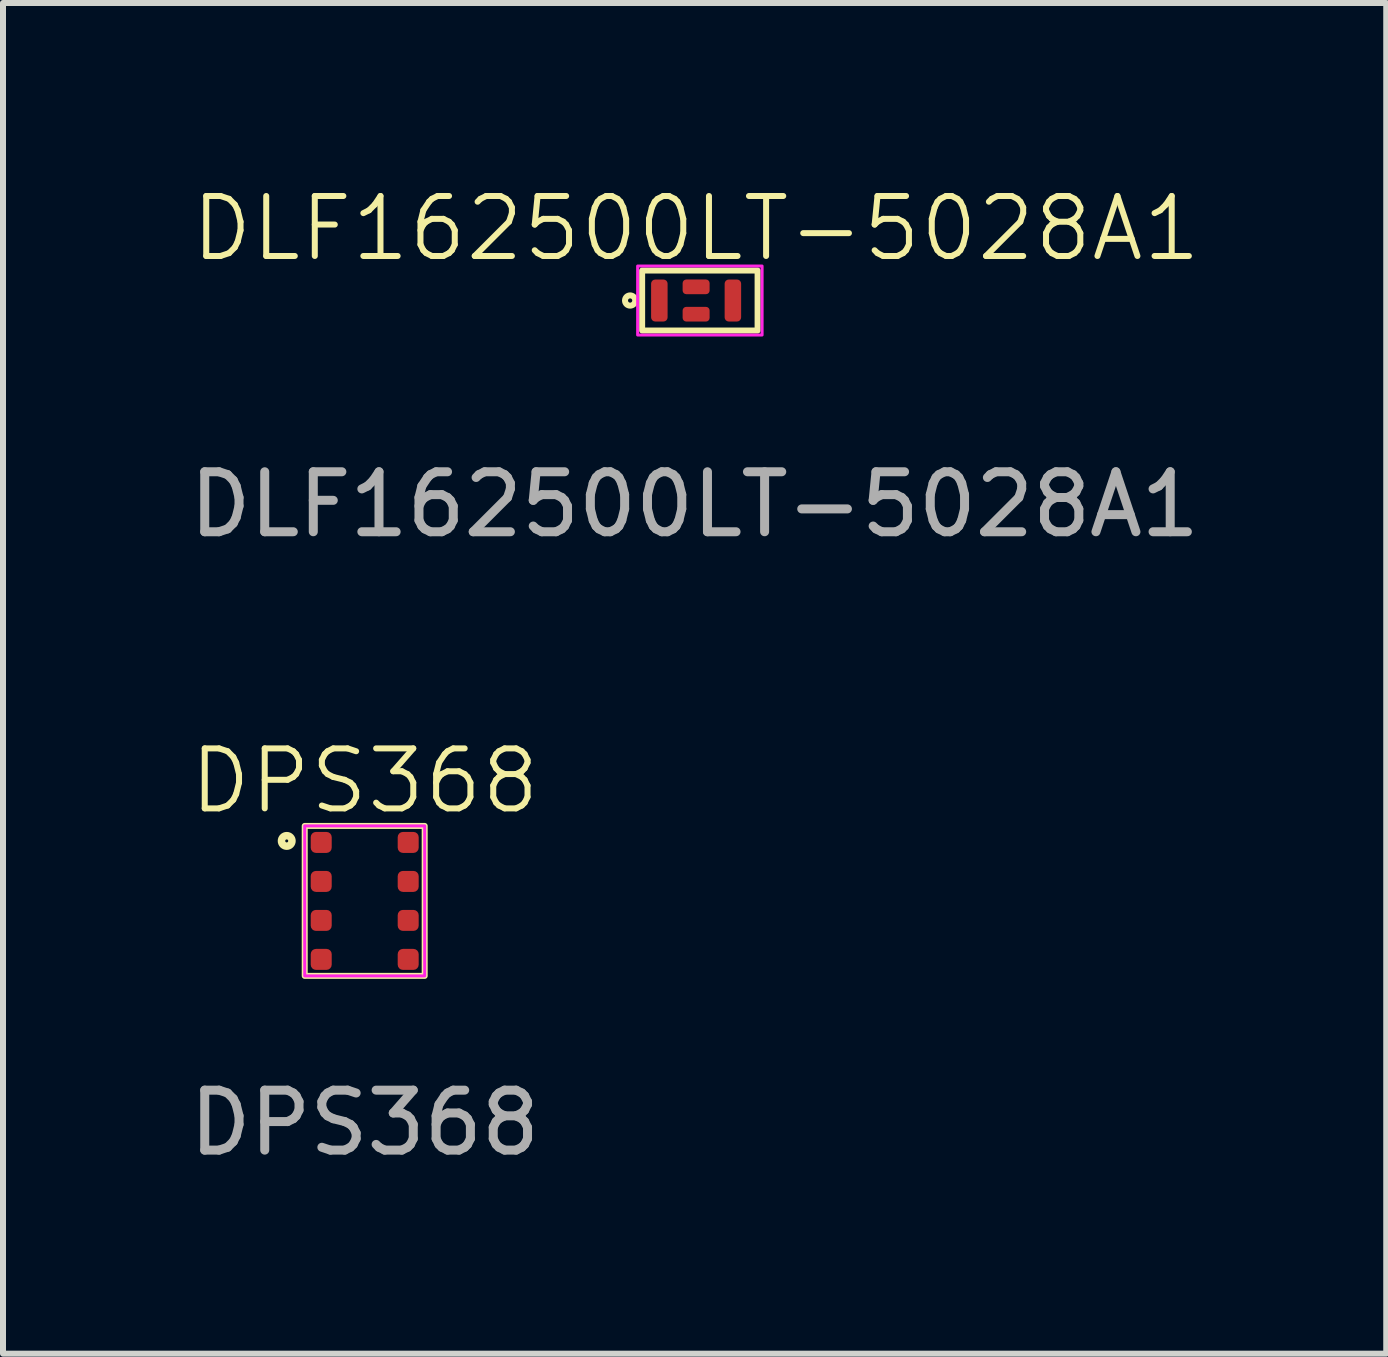
<source format=kicad_pcb>
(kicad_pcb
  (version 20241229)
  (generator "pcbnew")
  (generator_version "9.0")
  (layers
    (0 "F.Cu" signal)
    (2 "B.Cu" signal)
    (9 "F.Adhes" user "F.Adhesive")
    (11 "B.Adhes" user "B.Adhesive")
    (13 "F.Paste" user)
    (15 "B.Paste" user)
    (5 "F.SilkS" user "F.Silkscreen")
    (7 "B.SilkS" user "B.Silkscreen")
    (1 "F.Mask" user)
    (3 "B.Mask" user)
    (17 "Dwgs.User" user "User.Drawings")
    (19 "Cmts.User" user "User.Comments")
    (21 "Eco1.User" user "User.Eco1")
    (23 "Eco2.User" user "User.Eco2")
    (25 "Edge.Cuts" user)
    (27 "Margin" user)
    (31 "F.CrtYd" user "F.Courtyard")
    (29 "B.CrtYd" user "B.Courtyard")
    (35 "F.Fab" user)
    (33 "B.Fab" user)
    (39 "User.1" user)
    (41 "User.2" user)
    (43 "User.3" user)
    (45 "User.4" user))
  (footprint "DLF162500LT-5028A1"
    (layer "F.Cu")
    (at 8.555 1.96)
    (property "Reference" "DLF162500LT-5028A1" (at 0 -1.2 0) (unlocked yes) (layer "F.SilkS") (effects (font (size 1 1) (thickness 0.1))))
    (attr smd)
    (fp_rect (start -0.9 -0.5) (end 1.025 0.5) (stroke (width 0.1) (type default)) (fill no) (layer "F.SilkS"))
    (fp_circle (center -1.1 0) (end -1.075 0.025) (stroke (width 0.1) (type default)) (fill no) (layer "F.SilkS"))
    (fp_rect (start -0.975 -0.575) (end 1.1 0.575) (stroke (width 0.05) (type default)) (fill no) (layer "F.CrtYd"))
    (fp_text user "${REFERENCE}" (at -0.025 3.4 0) (unlocked yes) (layer "F.Fab") (effects (font (size 1 1) (thickness 0.15))))
    (pad "1" smd roundrect (at -0.613 0) (size 0.275 0.7) (layers "F.Cu" "F.Mask" "F.Paste") (roundrect_rratio 0.25))
    (pad "2" smd roundrect (at 0 -0.228 180) (size 0.45 0.245) (layers "F.Cu" "F.Mask" "F.Paste") (roundrect_rratio 0.25))
    (pad "3" smd roundrect (at 0.613 0) (size 0.275 0.7) (layers "F.Cu" "F.Mask" "F.Paste") (roundrect_rratio 0.25))
    (pad "4" smd roundrect (at 0 0.228 180) (size 0.45 0.245) (layers "F.Cu" "F.Mask" "F.Paste") (roundrect_rratio 0.25)))
  (footprint "DPS368"
    (layer "F.Cu")
    (at 3.03 11.969)
    (property "Reference" "DPS368" (at 0 -2 0) (unlocked yes) (layer "F.SilkS") (effects (font (size 1 1) (thickness 0.1))))
    (attr smd)
    (fp_rect (start -1 -1.25) (end 1 1.25) (stroke (width 0.1) (type default)) (fill no) (layer "F.SilkS"))
    (fp_circle (center -1.3 -1) (end -1.275 -1) (stroke (width 0.1) (type default)) (fill no) (layer "F.SilkS"))
    (fp_circle (center -1.3 -1) (end -1.2 -1) (stroke (width 0.1) (type default)) (fill no) (layer "F.SilkS"))
    (fp_rect (start -1 -1.25) (end 1 1.25) (stroke (width 0.05) (type default)) (fill no) (layer "F.CrtYd"))
    (fp_text user "${REFERENCE}" (at 0 3.7 0) (unlocked yes) (layer "F.Fab") (effects (font (size 1 1) (thickness 0.15))))
    (pad "1" smd roundrect (at -0.725 -0.975) (size 0.35 0.35) (layers "F.Cu" "F.Mask" "F.Paste") (roundrect_rratio 0.25))
    (pad "2" smd roundrect (at -0.725 -0.325) (size 0.35 0.35) (layers "F.Cu" "F.Mask" "F.Paste") (roundrect_rratio 0.25))
    (pad "3" smd roundrect (at -0.725 0.325) (size 0.35 0.35) (layers "F.Cu" "F.Mask" "F.Paste") (roundrect_rratio 0.25))
    (pad "4" smd roundrect (at -0.725 0.975) (size 0.35 0.35) (layers "F.Cu" "F.Mask" "F.Paste") (roundrect_rratio 0.25))
    (pad "5" smd roundrect (at 0.725 0.975) (size 0.35 0.35) (layers "F.Cu" "F.Mask" "F.Paste") (roundrect_rratio 0.25))
    (pad "6" smd roundrect (at 0.725 0.325) (size 0.35 0.35) (layers "F.Cu" "F.Mask" "F.Paste") (roundrect_rratio 0.25))
    (pad "7" smd roundrect (at 0.725 -0.325) (size 0.35 0.35) (layers "F.Cu" "F.Mask" "F.Paste") (roundrect_rratio 0.25))
    (pad "8" smd roundrect (at 0.725 -0.975) (size 0.35 0.35) (layers "F.Cu" "F.Mask" "F.Paste") (roundrect_rratio 0.25)))
  (gr_rect
    (start -3 -3)
    (end 20.06 19.517)
    (stroke (width 0.1) (type default))
    (fill no)
    (layer "Edge.Cuts")))
</source>
